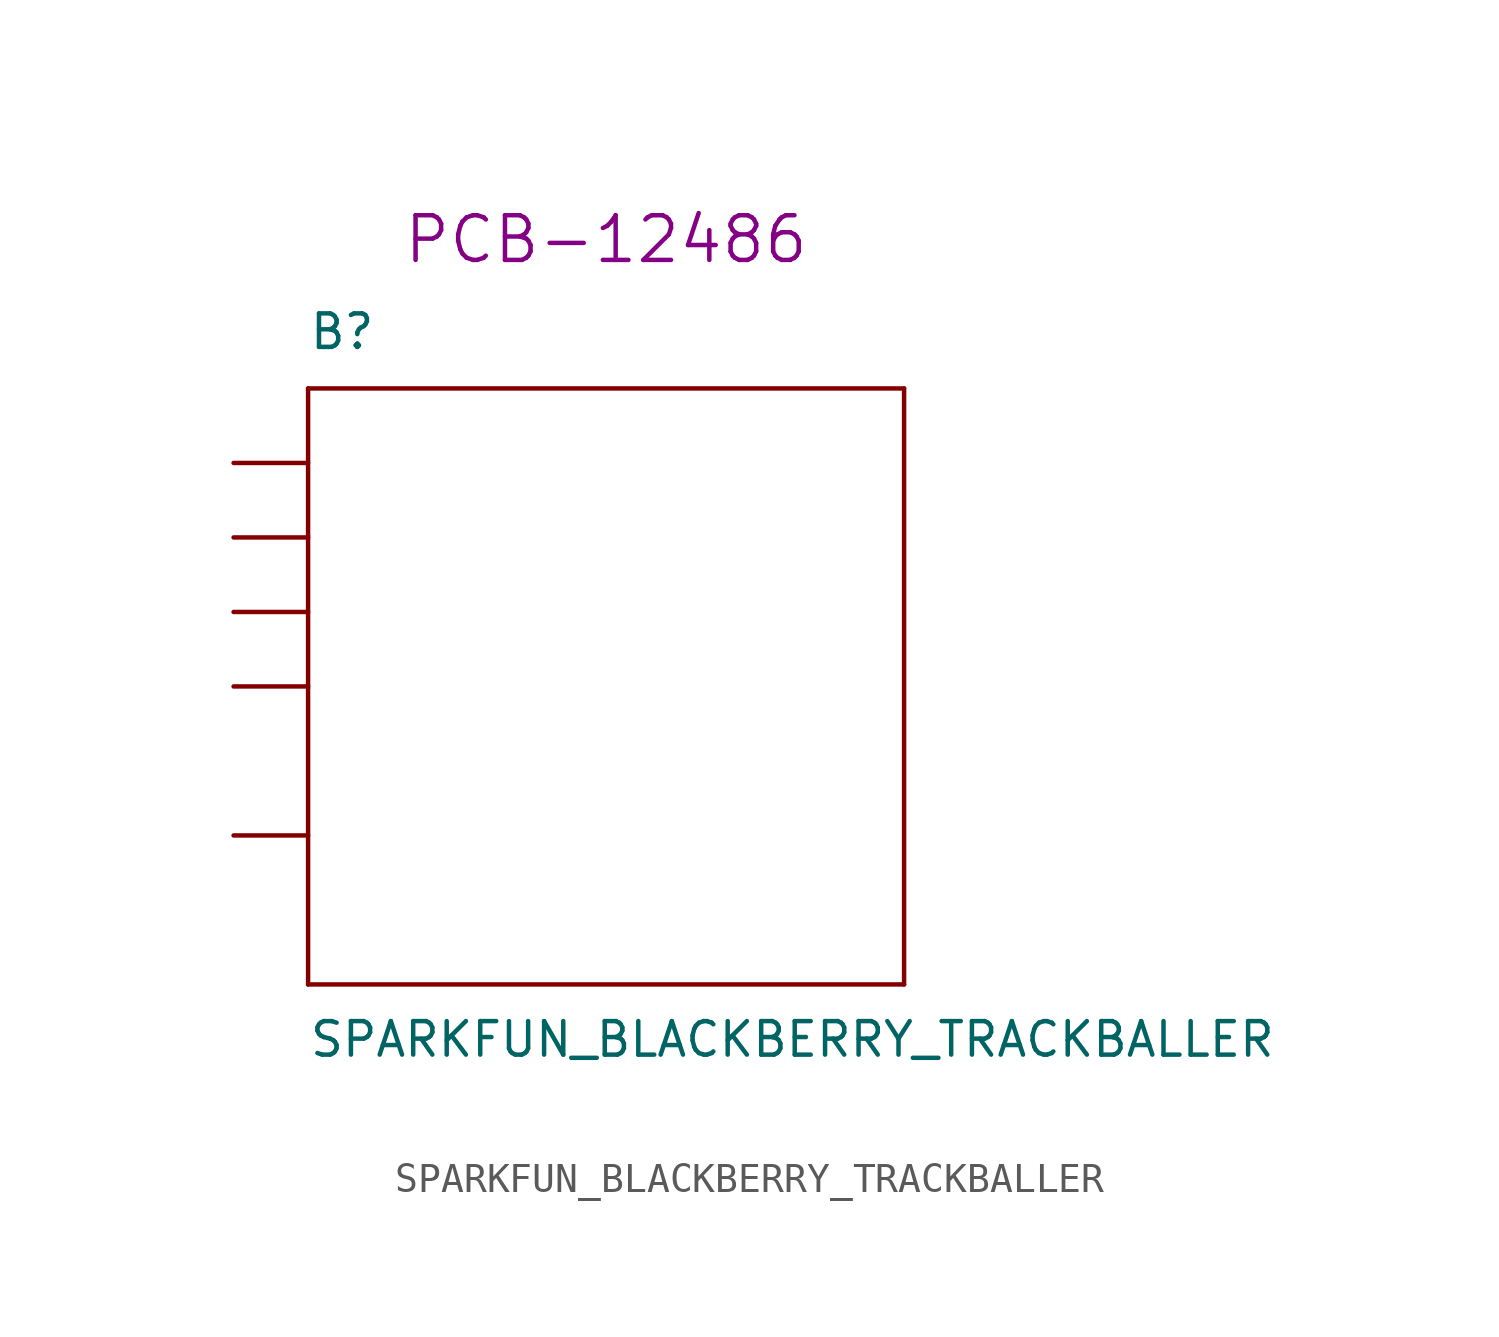
<source format=kicad_sym>
(kicad_symbol_lib
  (version 20220914)
  (generator kicad_symbol_editor)
  (symbol "SPARKFUN_BLACKBERRY_TRACKBALLER"
    (pin_names
      (offset 1.016))
    (property "Reference" "B"
      (at -10.16 11.43 0)
      (effects (font (size 1.143 1.143)) (justify left bottom)))
    (property "Value" "SPARKFUN_BLACKBERRY_TRACKBALLER"
      (at -10.16 -12.7 0)
      (effects (font (size 1.143 1.143)) (justify left bottom)))
    (property "Field4" "PCB-12486"
      (at 0 15.24 0)
      (effects (font (size 1.524 1.524))))
    (property "ki_locked" ""
      (at 0 0 0)
      (effects (font (size 1.27 1.27))))
    (symbol "SPARKFUN_BLACKBERRY_TRACKBALLER_1_0"
      (polyline (pts (xy -12.7 -5.08) (xy -10.16 -5.08)) (stroke (width 0) (type solid)) (fill (type none)))
      (polyline (pts (xy -12.7 0) (xy -10.16 0)) (stroke (width 0) (type solid)) (fill (type none)))
      (polyline (pts (xy -12.7 2.54) (xy -10.16 2.54)) (stroke (width 0) (type solid)) (fill (type none)))
      (polyline (pts (xy -12.7 5.08) (xy -10.16 5.08)) (stroke (width 0) (type solid)) (fill (type none)))
      (polyline (pts (xy -12.7 7.62) (xy -10.16 7.62)) (stroke (width 0) (type solid)) (fill (type none)))
      (polyline (pts (xy -10.16 -10.16) (xy -10.16 10.16)) (stroke (width 0) (type solid)) (fill (type none)))
      (polyline (pts (xy -10.16 -10.16) (xy 10.16 -10.16)) (stroke (width 0) (type solid)) (fill (type none)))
      (polyline (pts (xy -10.16 10.16) (xy 10.16 10.16)) (stroke (width 0) (type solid)) (fill (type none)))
      (polyline (pts (xy 10.16 10.16) (xy 10.16 -10.16)) (stroke (width 0) (type solid)) (fill (type none))))
    (symbol "SPARKFUN_BLACKBERRY_TRACKBALLER_1_1"
      (pin input line (at 12.7 0 180) (length 2.54) hide (name "BLU" (effects (font (size 1.016 1.016)))) (number "~" (effects (font (size 1.016 1.016)))))
      (pin output line (at -12.7 -5.08 0) (length 2.54) hide (name "BTN" (effects (font (size 1.016 1.016)))) (number "~" (effects (font (size 1.016 1.016)))))
      (pin output line (at -12.7 5.08 0) (length 2.54) hide (name "DWN" (effects (font (size 1.016 1.016)))) (number "~" (effects (font (size 1.016 1.016)))))
      (pin power_in line (at 12.7 -7.62 180) (length 2.54) hide (name "GND" (effects (font (size 1.016 1.016)))) (number "~" (effects (font (size 1.016 1.016)))))
      (pin input line (at 12.7 5.08 180) (length 2.54) hide (name "GRN" (effects (font (size 1.016 1.016)))) (number "~" (effects (font (size 1.016 1.016)))))
      (pin output line (at -12.7 2.54 0) (length 2.54) hide (name "LFT" (effects (font (size 1.016 1.016)))) (number "~" (effects (font (size 1.016 1.016)))))
      (pin input line (at 12.7 2.54 180) (length 2.54) hide (name "RED" (effects (font (size 1.016 1.016)))) (number "~" (effects (font (size 1.016 1.016)))))
      (pin output line (at -12.7 0 0) (length 2.54) hide (name "RHT" (effects (font (size 1.016 1.016)))) (number "~" (effects (font (size 1.016 1.016)))))
      (pin output line (at -12.7 7.62 0) (length 2.54) hide (name "UP" (effects (font (size 1.016 1.016)))) (number "~" (effects (font (size 1.016 1.016)))))
      (pin power_in line (at 12.7 -5.08 180) (length 2.54) hide (name "VCC" (effects (font (size 1.016 1.016)))) (number "~" (effects (font (size 1.016 1.016)))))
      (pin input line (at 12.7 7.62 180) (length 2.54) hide (name "WHT" (effects (font (size 1.016 1.016)))) (number "~" (effects (font (size 1.016 1.016))))))))
</source>
